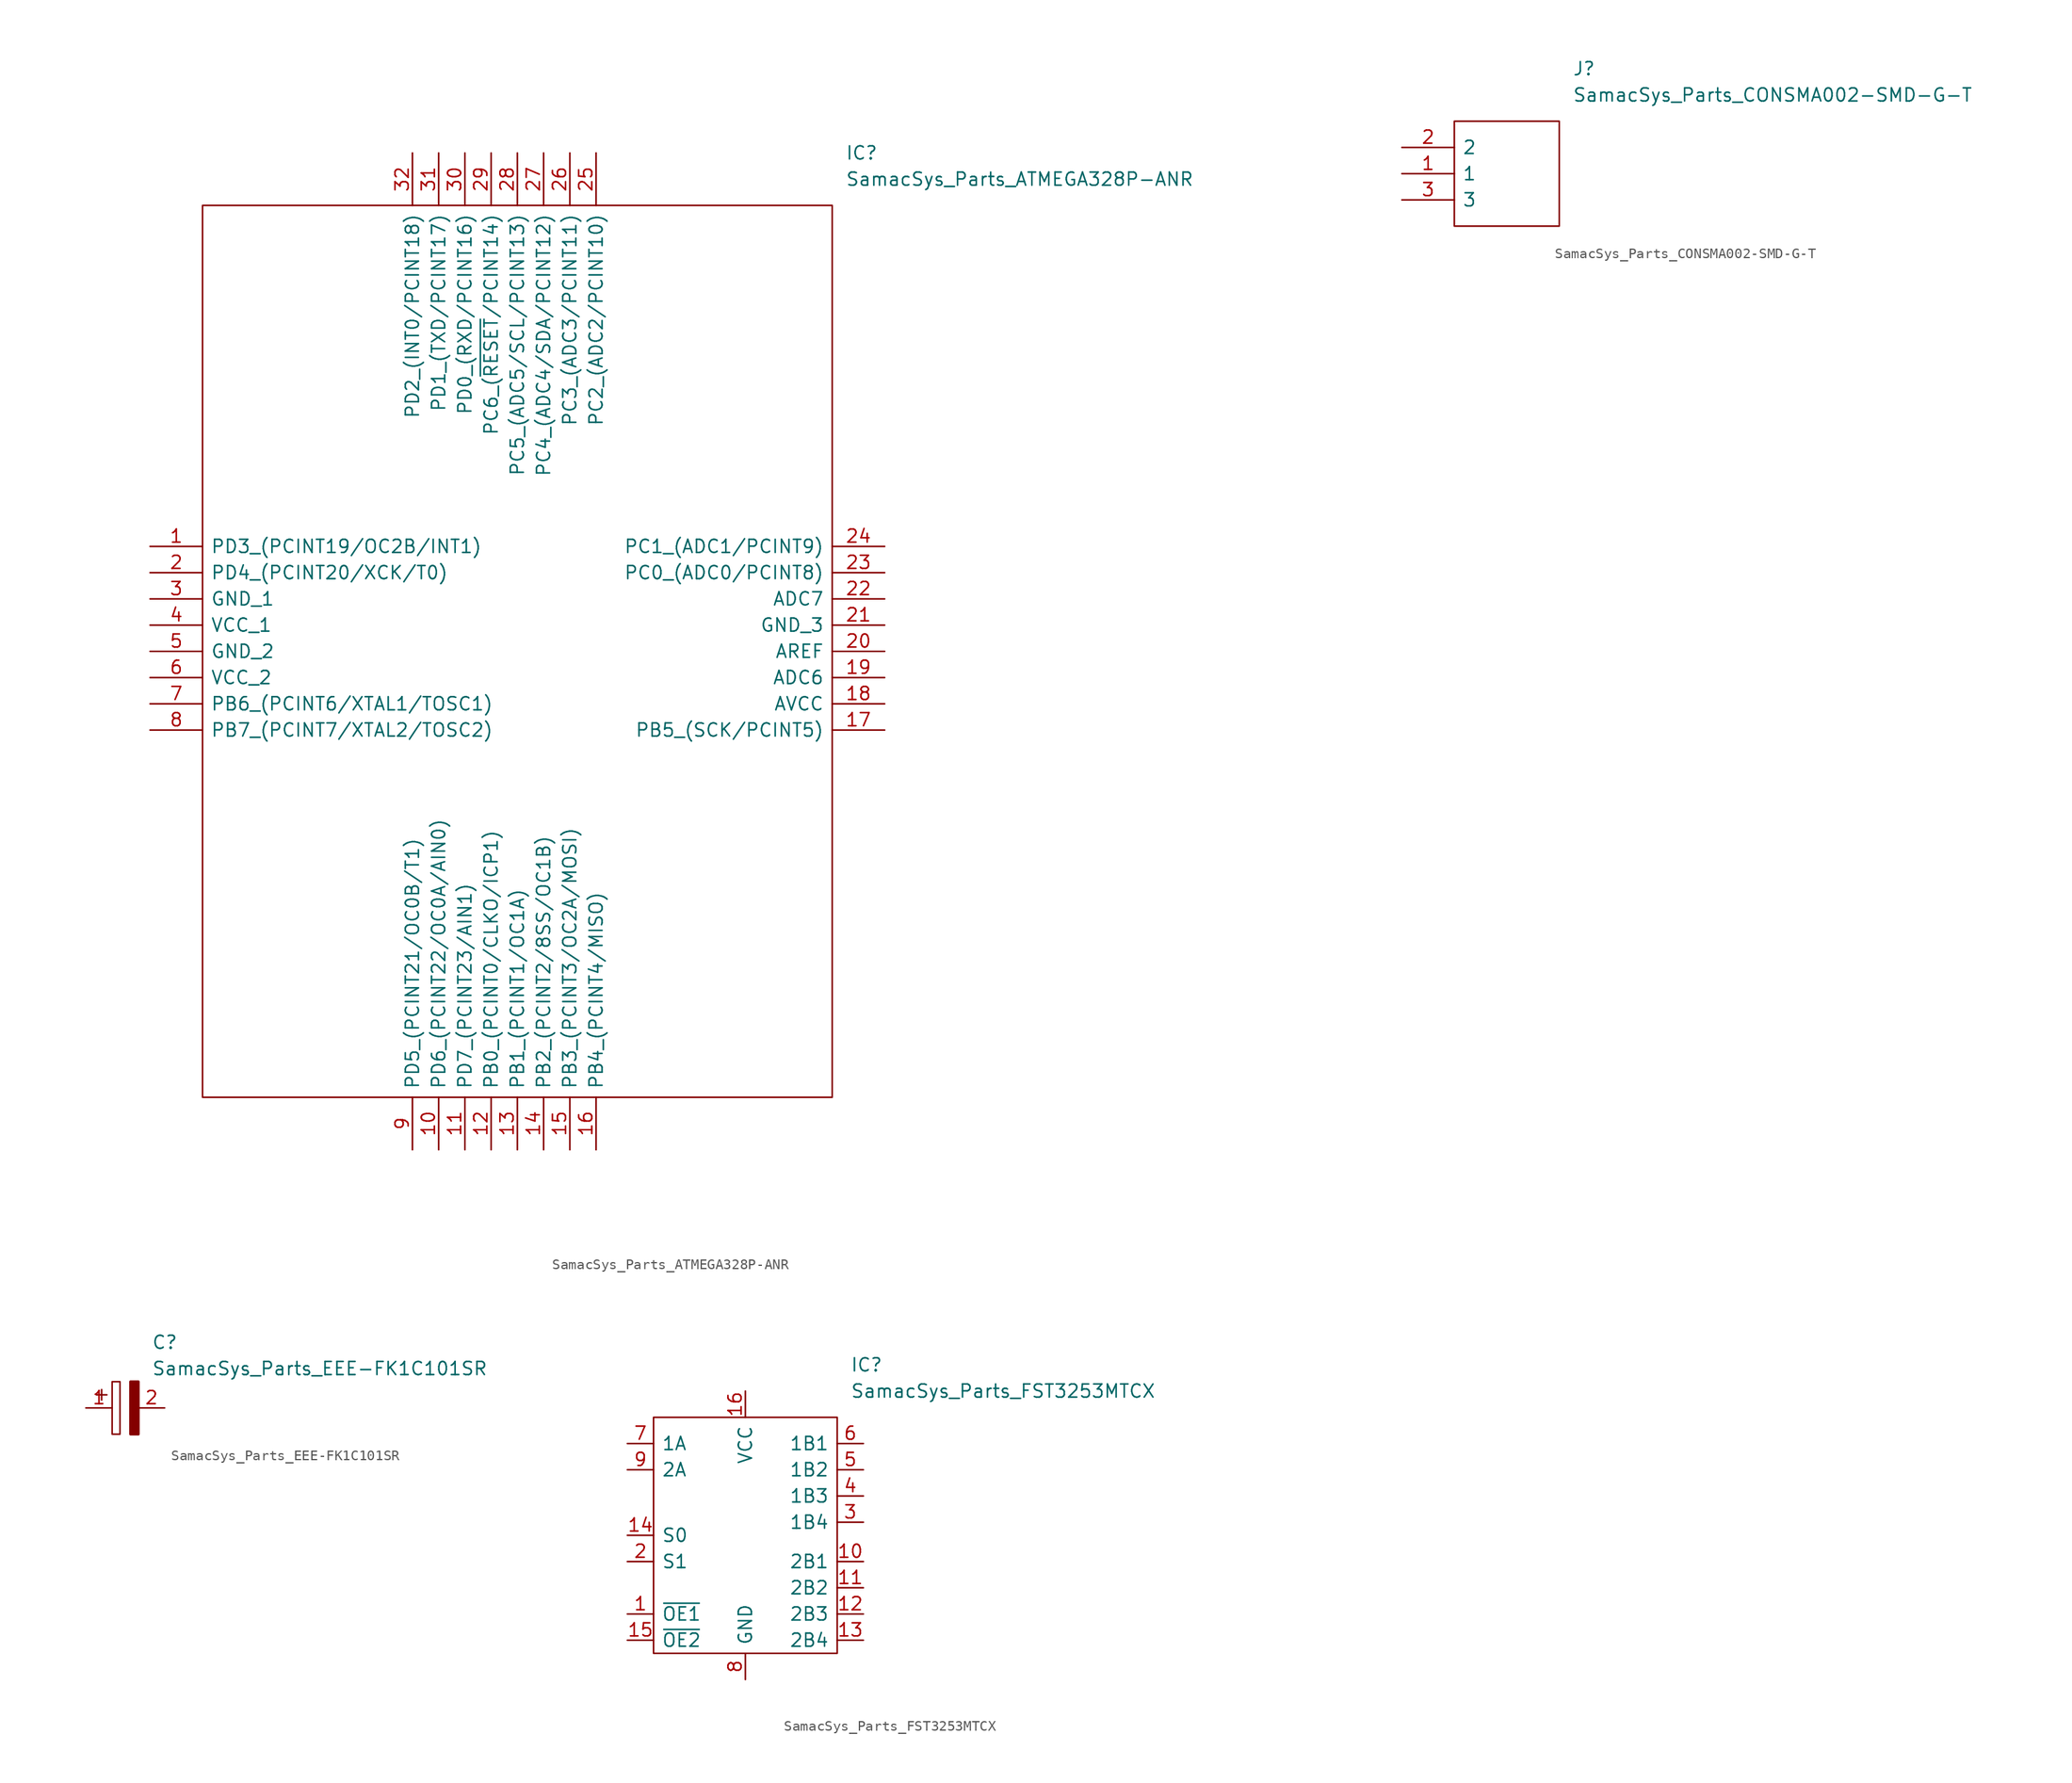
<source format=kicad_sym>
(kicad_symbol_lib
  (version 20211014)
  (generator kicad_symbol_editor)
  (symbol "SamacSys_Parts_ATMEGA328P-ANR"
    (pin_names
      (offset 0.762))
    (property "Reference" "IC"
      (at 67.31 38.1 0)
      (effects (font (size 1.27 1.27)) (justify left)))
    (property "Value" "SamacSys_Parts_ATMEGA328P-ANR"
      (at 67.31 35.56 0)
      (effects (font (size 1.27 1.27)) (justify left)))
    (symbol "SamacSys_Parts_ATMEGA328P-ANR_0_0"
      (pin passive line (at 0 0 0) (length 5.08) (name "PD3_(PCINT19/OC2B/INT1)" (effects (font (size 1.27 1.27)))) (number "1" (effects (font (size 1.27 1.27)))))
      (pin passive line (at 27.94 -58.42 90) (length 5.08) (name "PD6_(PCINT22/OC0A/AIN0)" (effects (font (size 1.27 1.27)))) (number "10" (effects (font (size 1.27 1.27)))))
      (pin passive line (at 30.48 -58.42 90) (length 5.08) (name "PD7_(PCINT23/AIN1)" (effects (font (size 1.27 1.27)))) (number "11" (effects (font (size 1.27 1.27)))))
      (pin passive line (at 33.02 -58.42 90) (length 5.08) (name "PB0_(PCINT0/CLKO/ICP1)" (effects (font (size 1.27 1.27)))) (number "12" (effects (font (size 1.27 1.27)))))
      (pin passive line (at 35.56 -58.42 90) (length 5.08) (name "PB1_(PCINT1/OC1A)" (effects (font (size 1.27 1.27)))) (number "13" (effects (font (size 1.27 1.27)))))
      (pin passive line (at 38.1 -58.42 90) (length 5.08) (name "PB2_(PCINT2/8SS/OC1B)" (effects (font (size 1.27 1.27)))) (number "14" (effects (font (size 1.27 1.27)))))
      (pin passive line (at 40.64 -58.42 90) (length 5.08) (name "PB3_(PCINT3/OC2A/MOSI)" (effects (font (size 1.27 1.27)))) (number "15" (effects (font (size 1.27 1.27)))))
      (pin passive line (at 43.18 -58.42 90) (length 5.08) (name "PB4_(PCINT4/MISO)" (effects (font (size 1.27 1.27)))) (number "16" (effects (font (size 1.27 1.27)))))
      (pin passive line (at 71.12 -17.78 180) (length 5.08) (name "PB5_(SCK/PCINT5)" (effects (font (size 1.27 1.27)))) (number "17" (effects (font (size 1.27 1.27)))))
      (pin passive line (at 71.12 -15.24 180) (length 5.08) (name "AVCC" (effects (font (size 1.27 1.27)))) (number "18" (effects (font (size 1.27 1.27)))))
      (pin passive line (at 71.12 -12.7 180) (length 5.08) (name "ADC6" (effects (font (size 1.27 1.27)))) (number "19" (effects (font (size 1.27 1.27)))))
      (pin passive line (at 0 -2.54 0) (length 5.08) (name "PD4_(PCINT20/XCK/T0)" (effects (font (size 1.27 1.27)))) (number "2" (effects (font (size 1.27 1.27)))))
      (pin passive line (at 71.12 -10.16 180) (length 5.08) (name "AREF" (effects (font (size 1.27 1.27)))) (number "20" (effects (font (size 1.27 1.27)))))
      (pin passive line (at 71.12 -7.62 180) (length 5.08) (name "GND_3" (effects (font (size 1.27 1.27)))) (number "21" (effects (font (size 1.27 1.27)))))
      (pin passive line (at 71.12 -5.08 180) (length 5.08) (name "ADC7" (effects (font (size 1.27 1.27)))) (number "22" (effects (font (size 1.27 1.27)))))
      (pin passive line (at 71.12 -2.54 180) (length 5.08) (name "PC0_(ADC0/PCINT8)" (effects (font (size 1.27 1.27)))) (number "23" (effects (font (size 1.27 1.27)))))
      (pin passive line (at 71.12 0 180) (length 5.08) (name "PC1_(ADC1/PCINT9)" (effects (font (size 1.27 1.27)))) (number "24" (effects (font (size 1.27 1.27)))))
      (pin passive line (at 43.18 38.1 270) (length 5.08) (name "PC2_(ADC2/PCINT10)" (effects (font (size 1.27 1.27)))) (number "25" (effects (font (size 1.27 1.27)))))
      (pin passive line (at 40.64 38.1 270) (length 5.08) (name "PC3_(ADC3/PCINT11)" (effects (font (size 1.27 1.27)))) (number "26" (effects (font (size 1.27 1.27)))))
      (pin passive line (at 38.1 38.1 270) (length 5.08) (name "PC4_(ADC4/SDA/PCINT12)" (effects (font (size 1.27 1.27)))) (number "27" (effects (font (size 1.27 1.27)))))
      (pin passive line (at 35.56 38.1 270) (length 5.08) (name "PC5_(ADC5/SCL/PCINT13)" (effects (font (size 1.27 1.27)))) (number "28" (effects (font (size 1.27 1.27)))))
      (pin passive line (at 33.02 38.1 270) (length 5.08) (name "PC6_(~{RESET}/PCINT14)" (effects (font (size 1.27 1.27)))) (number "29" (effects (font (size 1.27 1.27)))))
      (pin passive line (at 0 -5.08 0) (length 5.08) (name "GND_1" (effects (font (size 1.27 1.27)))) (number "3" (effects (font (size 1.27 1.27)))))
      (pin passive line (at 30.48 38.1 270) (length 5.08) (name "PD0_(RXD/PCINT16)" (effects (font (size 1.27 1.27)))) (number "30" (effects (font (size 1.27 1.27)))))
      (pin passive line (at 27.94 38.1 270) (length 5.08) (name "PD1_(TXD/PCINT17)" (effects (font (size 1.27 1.27)))) (number "31" (effects (font (size 1.27 1.27)))))
      (pin passive line (at 25.4 38.1 270) (length 5.08) (name "PD2_(INT0/PCINT18)" (effects (font (size 1.27 1.27)))) (number "32" (effects (font (size 1.27 1.27)))))
      (pin passive line (at 0 -7.62 0) (length 5.08) (name "VCC_1" (effects (font (size 1.27 1.27)))) (number "4" (effects (font (size 1.27 1.27)))))
      (pin passive line (at 0 -10.16 0) (length 5.08) (name "GND_2" (effects (font (size 1.27 1.27)))) (number "5" (effects (font (size 1.27 1.27)))))
      (pin passive line (at 0 -12.7 0) (length 5.08) (name "VCC_2" (effects (font (size 1.27 1.27)))) (number "6" (effects (font (size 1.27 1.27)))))
      (pin passive line (at 0 -15.24 0) (length 5.08) (name "PB6_(PCINT6/XTAL1/TOSC1)" (effects (font (size 1.27 1.27)))) (number "7" (effects (font (size 1.27 1.27)))))
      (pin passive line (at 0 -17.78 0) (length 5.08) (name "PB7_(PCINT7/XTAL2/TOSC2)" (effects (font (size 1.27 1.27)))) (number "8" (effects (font (size 1.27 1.27)))))
      (pin passive line (at 25.4 -58.42 90) (length 5.08) (name "PD5_(PCINT21/OC0B/T1)" (effects (font (size 1.27 1.27)))) (number "9" (effects (font (size 1.27 1.27))))))
    (symbol "SamacSys_Parts_ATMEGA328P-ANR_0_1"
      (polyline (pts (xy 5.08 33.02) (xy 66.04 33.02) (xy 66.04 -53.34) (xy 5.08 -53.34) (xy 5.08 33.02)) (stroke (width 0.152) (type default) (color 0 0 0 0)) (fill (type none)))))
  (symbol "SamacSys_Parts_CONSMA002-SMD-G-T"
    (pin_names
      (offset 0.762))
    (property "Reference" "J"
      (at 16.51 7.62 0)
      (effects (font (size 1.27 1.27)) (justify left)))
    (property "Value" "SamacSys_Parts_CONSMA002-SMD-G-T"
      (at 16.51 5.08 0)
      (effects (font (size 1.27 1.27)) (justify left)))
    (symbol "SamacSys_Parts_CONSMA002-SMD-G-T_0_0"
      (pin bidirectional line (at 0 -2.54 0) (length 5.08) (name "1" (effects (font (size 1.27 1.27)))) (number "1" (effects (font (size 1.27 1.27)))))
      (pin power_in line (at 0 0 0) (length 5.08) (name "2" (effects (font (size 1.27 1.27)))) (number "2" (effects (font (size 1.27 1.27)))))
      (pin power_in line (at 0 -5.08 0) (length 5.08) (name "3" (effects (font (size 1.27 1.27)))) (number "3" (effects (font (size 1.27 1.27))))))
    (symbol "SamacSys_Parts_CONSMA002-SMD-G-T_0_1"
      (polyline (pts (xy 5.08 2.54) (xy 15.24 2.54) (xy 15.24 -7.62) (xy 5.08 -7.62) (xy 5.08 2.54)) (stroke (width 0.152) (type default) (color 0 0 0 0)) (fill (type none)))))
  (symbol "SamacSys_Parts_EEE-FK1C101SR"
    (pin_names
      (offset 0.762))
    (property "Reference" "C"
      (at 8.89 6.35 0)
      (effects (font (size 1.27 1.27)) (justify left)))
    (property "Value" "SamacSys_Parts_EEE-FK1C101SR"
      (at 8.89 3.81 0)
      (effects (font (size 1.27 1.27)) (justify left)))
    (symbol "SamacSys_Parts_EEE-FK1C101SR_0_0"
      (pin passive line (at 2.54 0 0) (length 2.54) (name "~" (effects (font (size 1.27 1.27)))) (number "1" (effects (font (size 1.27 1.27)))))
      (pin passive line (at 10.16 0 180) (length 2.54) (name "~" (effects (font (size 1.27 1.27)))) (number "2" (effects (font (size 1.27 1.27))))))
    (symbol "SamacSys_Parts_EEE-FK1C101SR_0_1"
      (polyline (pts (xy 4.064 1.778) (xy 4.064 0.762)) (stroke (width 0.152) (type default) (color 0 0 0 0)) (fill (type none)))
      (polyline (pts (xy 4.572 1.27) (xy 3.556 1.27)) (stroke (width 0.152) (type default) (color 0 0 0 0)) (fill (type none)))
      (polyline (pts (xy 5.08 2.54) (xy 5.08 -2.54) (xy 5.842 -2.54) (xy 5.842 2.54) (xy 5.08 2.54)) (stroke (width 0.152) (type default) (color 0 0 0 0)) (fill (type none)))
      (polyline (pts (xy 7.62 2.54) (xy 7.62 -2.54) (xy 6.858 -2.54) (xy 6.858 2.54) (xy 7.62 2.54)) (stroke (width 0.254) (type default) (color 0 0 0 0)) (fill (type outline)))))
  (symbol "SamacSys_Parts_FST3253MTCX"
    (pin_names
      (offset 0.762))
    (property "Reference" "IC"
      (at 24.13 7.62 0)
      (effects (font (size 1.27 1.27)) (justify left)))
    (property "Value" "SamacSys_Parts_FST3253MTCX"
      (at 24.13 5.08 0)
      (effects (font (size 1.27 1.27)) (justify left)))
    (symbol "SamacSys_Parts_FST3253MTCX_0_0"
      (pin passive line (at 2.54 -16.51 0) (length 2.54) (name "~{OE1}" (effects (font (size 1.27 1.27)))) (number "1" (effects (font (size 1.27 1.27)))))
      (pin passive line (at 25.4 -11.43 180) (length 2.54) (name "2B1" (effects (font (size 1.27 1.27)))) (number "10" (effects (font (size 1.27 1.27)))))
      (pin passive line (at 25.4 -13.97 180) (length 2.54) (name "2B2" (effects (font (size 1.27 1.27)))) (number "11" (effects (font (size 1.27 1.27)))))
      (pin passive line (at 25.4 -16.51 180) (length 2.54) (name "2B3" (effects (font (size 1.27 1.27)))) (number "12" (effects (font (size 1.27 1.27)))))
      (pin passive line (at 25.4 -19.05 180) (length 2.54) (name "2B4" (effects (font (size 1.27 1.27)))) (number "13" (effects (font (size 1.27 1.27)))))
      (pin passive line (at 2.54 -8.89 0) (length 2.54) (name "S0" (effects (font (size 1.27 1.27)))) (number "14" (effects (font (size 1.27 1.27)))))
      (pin passive line (at 2.54 -19.05 0) (length 2.54) (name "~{OE2}" (effects (font (size 1.27 1.27)))) (number "15" (effects (font (size 1.27 1.27)))))
      (pin power_in line (at 13.97 5.08 270) (length 2.54) (name "VCC" (effects (font (size 1.27 1.27)))) (number "16" (effects (font (size 1.27 1.27)))))
      (pin passive line (at 2.54 -11.43 0) (length 2.54) (name "S1" (effects (font (size 1.27 1.27)))) (number "2" (effects (font (size 1.27 1.27)))))
      (pin passive line (at 25.4 -7.62 180) (length 2.54) (name "1B4" (effects (font (size 1.27 1.27)))) (number "3" (effects (font (size 1.27 1.27)))))
      (pin passive line (at 25.4 -5.08 180) (length 2.54) (name "1B3" (effects (font (size 1.27 1.27)))) (number "4" (effects (font (size 1.27 1.27)))))
      (pin passive line (at 25.4 -2.54 180) (length 2.54) (name "1B2" (effects (font (size 1.27 1.27)))) (number "5" (effects (font (size 1.27 1.27)))))
      (pin passive line (at 25.4 0 180) (length 2.54) (name "1B1" (effects (font (size 1.27 1.27)))) (number "6" (effects (font (size 1.27 1.27)))))
      (pin passive line (at 2.54 0 0) (length 2.54) (name "1A" (effects (font (size 1.27 1.27)))) (number "7" (effects (font (size 1.27 1.27)))))
      (pin power_in line (at 13.97 -22.86 90) (length 2.54) (name "GND" (effects (font (size 1.27 1.27)))) (number "8" (effects (font (size 1.27 1.27)))))
      (pin passive line (at 2.54 -2.54 0) (length 2.54) (name "2A" (effects (font (size 1.27 1.27)))) (number "9" (effects (font (size 1.27 1.27))))))
    (symbol "SamacSys_Parts_FST3253MTCX_0_1"
      (polyline (pts (xy 5.08 2.54) (xy 22.86 2.54) (xy 22.86 -20.32) (xy 5.08 -20.32) (xy 5.08 2.54)) (stroke (width 0.152) (type default) (color 0 0 0 0)) (fill (type none))))))
</source>
